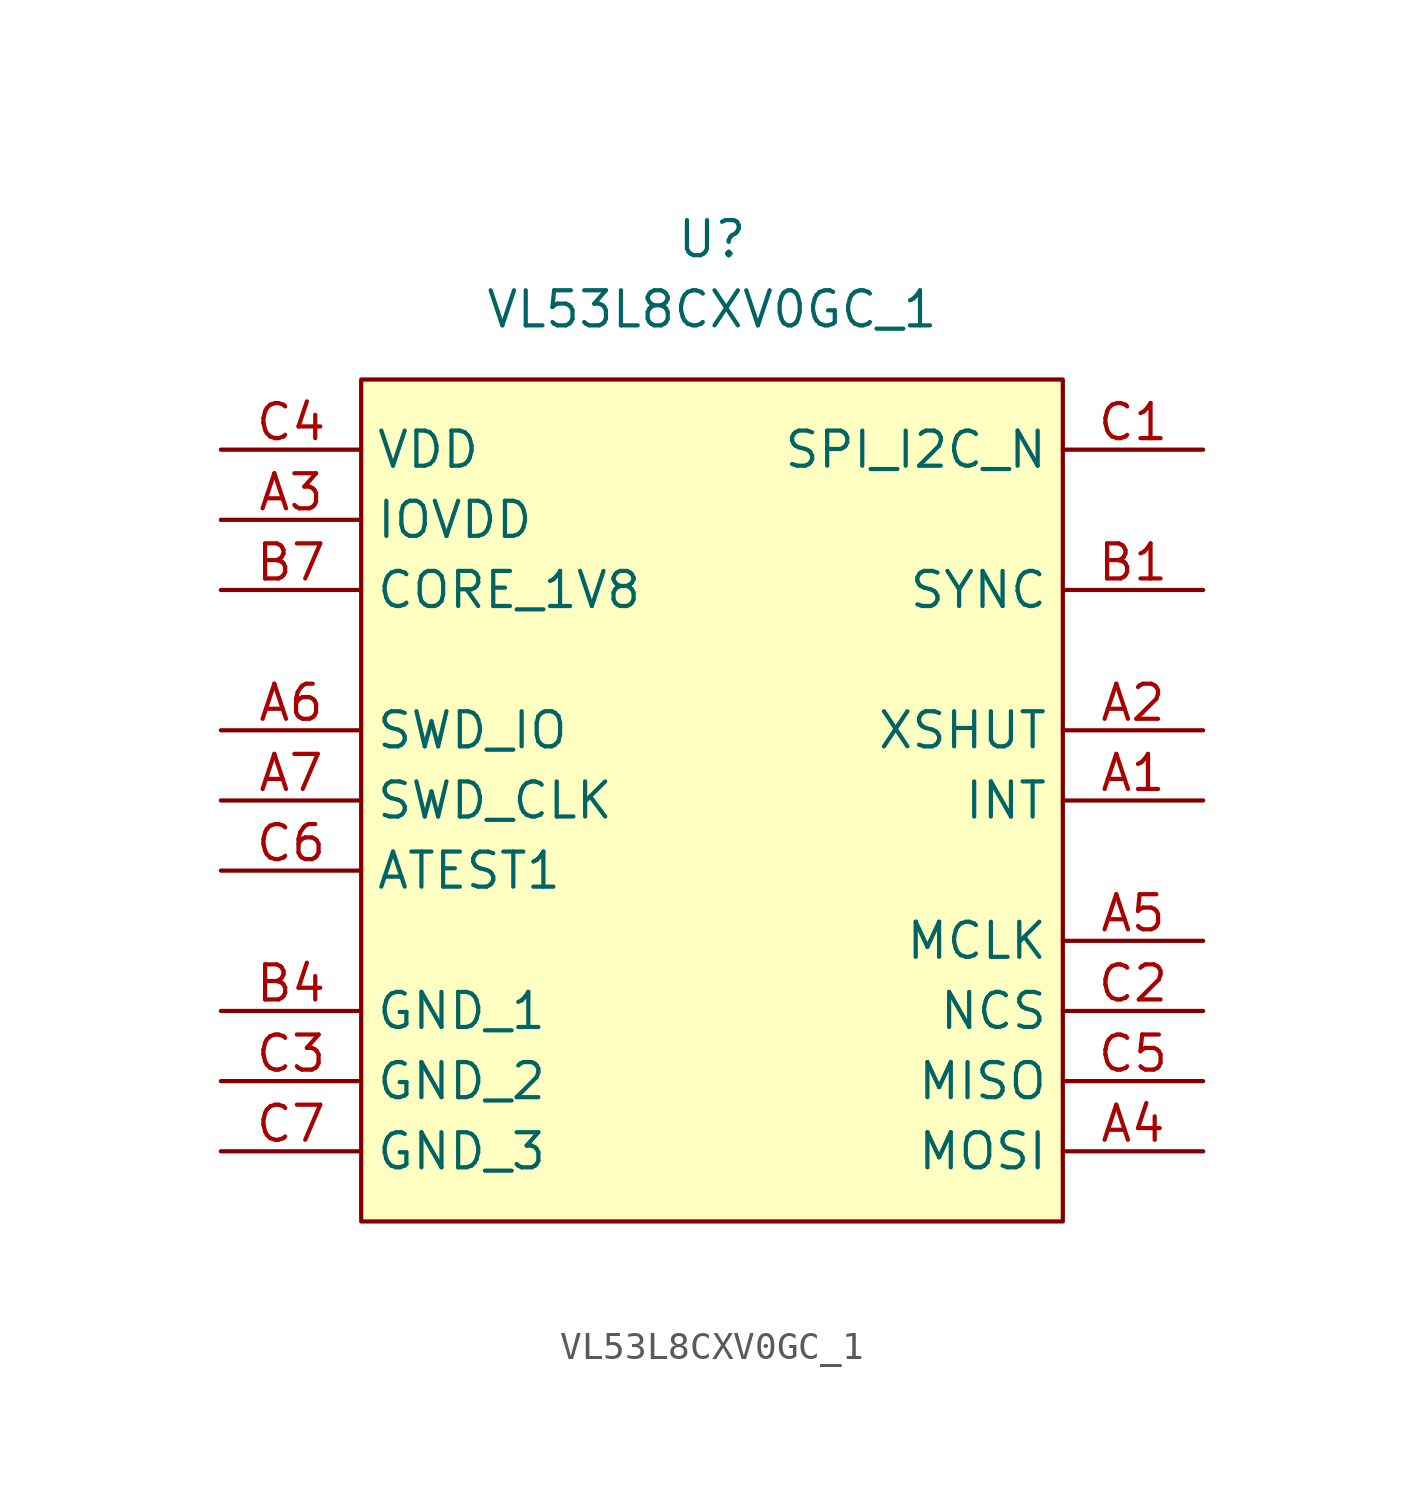
<source format=kicad_sym>
(kicad_symbol_lib
  (version 20241209)
  (generator "kicad_symbol_editor")
  (generator_version "9.0")
  (symbol "VL53L8CXV0GC_1"
    (property "Reference" "U"
      (at 0 5.08 0)
      (effects (font (size 1.27 1.27))))
    (property "Value" "VL53L8CXV0GC_1"
      (at 0 2.54 0)
      (effects (font (size 1.27 1.27))))
    (symbol "VL53L8CXV0GC_1_1_1"
      (rectangle (start -12.7 0) (end 12.7 -30.48) (stroke (width 0) (type solid)) (fill (type background)))
      (pin passive line (at -17.78 -2.54 0) (length 5.08) (name "VDD" (effects (font (size 1.27 1.27)))) (number "C4" (effects (font (size 1.27 1.27)))))
      (pin passive line (at -17.78 -5.08 0) (length 5.08) (name "IOVDD" (effects (font (size 1.27 1.27)))) (number "A3" (effects (font (size 1.27 1.27)))))
      (pin passive line (at -17.78 -7.62 0) (length 5.08) (name "CORE_1V8" (effects (font (size 1.27 1.27)))) (number "B7" (effects (font (size 1.27 1.27)))))
      (pin passive line (at -17.78 -12.7 0) (length 5.08) (name "SWD_IO" (effects (font (size 1.27 1.27)))) (number "A6" (effects (font (size 1.27 1.27)))))
      (pin passive line (at -17.78 -15.24 0) (length 5.08) (name "SWD_CLK" (effects (font (size 1.27 1.27)))) (number "A7" (effects (font (size 1.27 1.27)))))
      (pin passive line (at -17.78 -17.78 0) (length 5.08) (name "ATEST1" (effects (font (size 1.27 1.27)))) (number "C6" (effects (font (size 1.27 1.27)))))
      (pin passive line (at -17.78 -22.86 0) (length 5.08) (name "GND_1" (effects (font (size 1.27 1.27)))) (number "B4" (effects (font (size 1.27 1.27)))))
      (pin passive line (at -17.78 -25.4 0) (length 5.08) (name "GND_2" (effects (font (size 1.27 1.27)))) (number "C3" (effects (font (size 1.27 1.27)))))
      (pin passive line (at -17.78 -27.94 0) (length 5.08) (name "GND_3" (effects (font (size 1.27 1.27)))) (number "C7" (effects (font (size 1.27 1.27)))))
      (pin passive line (at 17.78 -2.54 180) (length 5.08) (name "SPI_I2C_N" (effects (font (size 1.27 1.27)))) (number "C1" (effects (font (size 1.27 1.27)))))
      (pin passive line (at 17.78 -7.62 180) (length 5.08) (name "SYNC" (effects (font (size 1.27 1.27)))) (number "B1" (effects (font (size 1.27 1.27)))))
      (pin passive line (at 17.78 -12.7 180) (length 5.08) (name "XSHUT" (effects (font (size 1.27 1.27)))) (number "A2" (effects (font (size 1.27 1.27)))))
      (pin passive line (at 17.78 -15.24 180) (length 5.08) (name "INT" (effects (font (size 1.27 1.27)))) (number "A1" (effects (font (size 1.27 1.27)))))
      (pin passive line (at 17.78 -20.32 180) (length 5.08) (name "MCLK" (effects (font (size 1.27 1.27)))) (number "A5" (effects (font (size 1.27 1.27)))))
      (pin passive line (at 17.78 -22.86 180) (length 5.08) (name "NCS" (effects (font (size 1.27 1.27)))) (number "C2" (effects (font (size 1.27 1.27)))))
      (pin passive line (at 17.78 -25.4 180) (length 5.08) (name "MISO" (effects (font (size 1.27 1.27)))) (number "C5" (effects (font (size 1.27 1.27)))))
      (pin passive line (at 17.78 -27.94 180) (length 5.08) (name "MOSI" (effects (font (size 1.27 1.27)))) (number "A4" (effects (font (size 1.27 1.27))))))))
</source>
